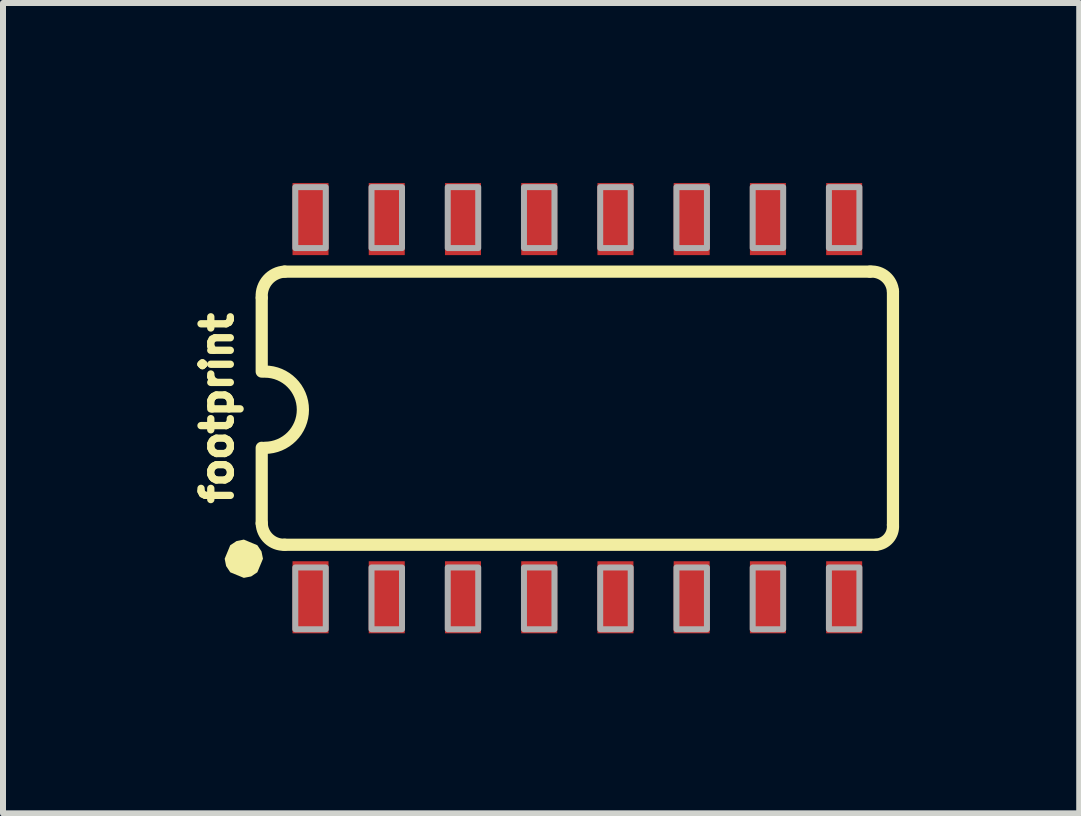
<source format=kicad_pcb>
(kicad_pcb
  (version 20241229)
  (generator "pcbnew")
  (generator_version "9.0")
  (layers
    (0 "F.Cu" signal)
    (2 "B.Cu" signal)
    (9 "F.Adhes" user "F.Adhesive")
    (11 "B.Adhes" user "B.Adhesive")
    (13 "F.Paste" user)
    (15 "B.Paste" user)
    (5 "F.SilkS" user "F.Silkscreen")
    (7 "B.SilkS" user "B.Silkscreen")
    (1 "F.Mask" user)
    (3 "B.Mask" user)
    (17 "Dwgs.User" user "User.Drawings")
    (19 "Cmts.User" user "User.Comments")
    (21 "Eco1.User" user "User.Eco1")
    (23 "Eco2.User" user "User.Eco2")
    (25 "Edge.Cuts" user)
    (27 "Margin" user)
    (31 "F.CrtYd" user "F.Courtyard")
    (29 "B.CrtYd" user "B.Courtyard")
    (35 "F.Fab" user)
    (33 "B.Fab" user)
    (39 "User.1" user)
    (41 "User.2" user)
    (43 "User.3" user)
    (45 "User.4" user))
  (footprint "footprint"
    (layer "F.Cu")
    (at 6.568 3.75)
    (property "Reference" "footprint" (at -5.715 0 90) (layer "F.SilkS") (effects (font (size 0.488 0.488) (thickness 0.122)) (justify bottom)))
    (fp_line (start -5.258 -1.834) (end -5.258 -0.61) (stroke (width 0.203) (type solid)) (layer "F.SilkS"))
    (fp_line (start -5.258 1.919) (end -5.258 0.66) (stroke (width 0.203) (type solid)) (layer "F.SilkS"))
    (fp_line (start -4.877 2.275) (end 4.977 2.275) (stroke (width 0.203) (type solid)) (layer "F.SilkS"))
    (fp_line (start 4.877 -2.275) (end -4.877 -2.275) (stroke (width 0.203) (type solid)) (layer "F.SilkS"))
    (fp_line (start 5.258 1.946) (end 5.258 -1.946) (stroke (width 0.203) (type solid)) (layer "F.SilkS"))
    (fp_arc (start -5.2578 -1.8463) (mid -5.156113 -2.139581) (end -4.8768 -2.275) (stroke (width 0.2032) (type solid)) (layer "F.SilkS"))
    (fp_arc (start -5.207 -0.6096) (mid -4.572 0.0254) (end -5.207 0.6604) (stroke (width 0.2032) (type solid)) (layer "F.SilkS"))
    (fp_arc (start -4.876799 2.275001) (mid -5.141022 2.176117) (end -5.2578 1.9193) (stroke (width 0.2032) (type solid)) (layer "F.SilkS"))
    (fp_arc (start 4.8768 -2.275) (mid 5.135402 -2.189587) (end 5.257801 -1.946299) (stroke (width 0.2032) (type solid)) (layer "F.SilkS"))
    (fp_arc (start 5.2578 1.9463) (mid 5.185376 2.168847) (end 4.9768 2.275) (stroke (width 0.2032) (type solid)) (layer "F.SilkS"))
    (fp_poly (pts (xy -5.331 2.283) (xy -5.262 2.386) (xy -5.237 2.508) (xy -5.331 2.734) (xy -5.434 2.803) (xy -5.556 2.827) (xy -5.782 2.734) (xy -5.851 2.63) (xy -5.875 2.508) (xy -5.782 2.283) (xy -5.678 2.214) (xy -5.556 2.189)) (stroke (width 0) (type solid)) (fill yes) (layer "F.SilkS"))
    (fp_poly (pts (xy -4.699 -2.667) (xy -4.191 -2.667) (xy -4.191 -3.683) (xy -4.699 -3.683)) (stroke (width 0.1) (type solid)) (fill no) (layer "F.Fab"))
    (fp_poly (pts (xy -4.699 3.683) (xy -4.191 3.683) (xy -4.191 2.654) (xy -4.699 2.654)) (stroke (width 0.1) (type solid)) (fill no) (layer "F.Fab"))
    (fp_poly (pts (xy -3.429 -2.667) (xy -2.921 -2.667) (xy -2.921 -3.683) (xy -3.429 -3.683)) (stroke (width 0.1) (type solid)) (fill no) (layer "F.Fab"))
    (fp_poly (pts (xy -3.429 3.683) (xy -2.921 3.683) (xy -2.921 2.654) (xy -3.429 2.654)) (stroke (width 0.1) (type solid)) (fill no) (layer "F.Fab"))
    (fp_poly (pts (xy -2.159 -2.667) (xy -1.651 -2.667) (xy -1.651 -3.683) (xy -2.159 -3.683)) (stroke (width 0.1) (type solid)) (fill no) (layer "F.Fab"))
    (fp_poly (pts (xy -2.159 3.683) (xy -1.651 3.683) (xy -1.651 2.654) (xy -2.159 2.654)) (stroke (width 0.1) (type solid)) (fill no) (layer "F.Fab"))
    (fp_poly (pts (xy -0.889 -2.667) (xy -0.381 -2.667) (xy -0.381 -3.683) (xy -0.889 -3.683)) (stroke (width 0.1) (type solid)) (fill no) (layer "F.Fab"))
    (fp_poly (pts (xy -0.889 3.683) (xy -0.381 3.683) (xy -0.381 2.654) (xy -0.889 2.654)) (stroke (width 0.1) (type solid)) (fill no) (layer "F.Fab"))
    (fp_poly (pts (xy 0.381 -2.667) (xy 0.889 -2.667) (xy 0.889 -3.683) (xy 0.381 -3.683)) (stroke (width 0.1) (type solid)) (fill no) (layer "F.Fab"))
    (fp_poly (pts (xy 0.381 3.683) (xy 0.889 3.683) (xy 0.889 2.654) (xy 0.381 2.654)) (stroke (width 0.1) (type solid)) (fill no) (layer "F.Fab"))
    (fp_poly (pts (xy 1.651 -2.667) (xy 2.159 -2.667) (xy 2.159 -3.683) (xy 1.651 -3.683)) (stroke (width 0.1) (type solid)) (fill no) (layer "F.Fab"))
    (fp_poly (pts (xy 1.651 3.683) (xy 2.159 3.683) (xy 2.159 2.654) (xy 1.651 2.654)) (stroke (width 0.1) (type solid)) (fill no) (layer "F.Fab"))
    (fp_poly (pts (xy 2.921 -2.667) (xy 3.429 -2.667) (xy 3.429 -3.683) (xy 2.921 -3.683)) (stroke (width 0.1) (type solid)) (fill no) (layer "F.Fab"))
    (fp_poly (pts (xy 2.921 3.683) (xy 3.429 3.683) (xy 3.429 2.654) (xy 2.921 2.654)) (stroke (width 0.1) (type solid)) (fill no) (layer "F.Fab"))
    (fp_poly (pts (xy 4.191 -2.667) (xy 4.699 -2.667) (xy 4.699 -3.683) (xy 4.191 -3.683)) (stroke (width 0.1) (type solid)) (fill no) (layer "F.Fab"))
    (fp_poly (pts (xy 4.191 3.683) (xy 4.699 3.683) (xy 4.699 2.654) (xy 4.191 2.654)) (stroke (width 0.1) (type solid)) (fill no) (layer "F.Fab"))
    (pad "1" smd rect (at -4.445 3.15) (size 0.6 1.2) (layers "F.Cu" "F.Mask" "F.Paste"))
    (pad "2" smd rect (at -3.175 3.15) (size 0.6 1.2) (layers "F.Cu" "F.Mask" "F.Paste"))
    (pad "3" smd rect (at -1.905 3.15) (size 0.6 1.2) (layers "F.Cu" "F.Mask" "F.Paste"))
    (pad "4" smd rect (at -0.635 3.15) (size 0.6 1.2) (layers "F.Cu" "F.Mask" "F.Paste"))
    (pad "5" smd rect (at 0.635 3.15) (size 0.6 1.2) (layers "F.Cu" "F.Mask" "F.Paste"))
    (pad "6" smd rect (at 1.905 3.15) (size 0.6 1.2) (layers "F.Cu" "F.Mask" "F.Paste"))
    (pad "7" smd rect (at 3.175 3.15) (size 0.6 1.2) (layers "F.Cu" "F.Mask" "F.Paste"))
    (pad "8" smd rect (at 4.445 3.15) (size 0.6 1.2) (layers "F.Cu" "F.Mask" "F.Paste"))
    (pad "9" smd rect (at 4.445 -3.15) (size 0.6 1.2) (layers "F.Cu" "F.Mask" "F.Paste"))
    (pad "10" smd rect (at 3.175 -3.15) (size 0.6 1.2) (layers "F.Cu" "F.Mask" "F.Paste"))
    (pad "11" smd rect (at 1.905 -3.15) (size 0.6 1.2) (layers "F.Cu" "F.Mask" "F.Paste"))
    (pad "12" smd rect (at 0.635 -3.15) (size 0.6 1.2) (layers "F.Cu" "F.Mask" "F.Paste"))
    (pad "13" smd rect (at -0.635 -3.15) (size 0.6 1.2) (layers "F.Cu" "F.Mask" "F.Paste"))
    (pad "14" smd rect (at -1.905 -3.15) (size 0.6 1.2) (layers "F.Cu" "F.Mask" "F.Paste"))
    (pad "15" smd rect (at -3.175 -3.15) (size 0.6 1.2) (layers "F.Cu" "F.Mask" "F.Paste"))
    (pad "16" smd rect (at -4.445 -3.15) (size 0.6 1.2) (layers "F.Cu" "F.Mask" "F.Paste")))
  (gr_rect
    (start -3 -3)
    (end 14.929 10.5)
    (stroke (width 0.1) (type default))
    (fill no)
    (layer "Edge.Cuts")))
</source>
